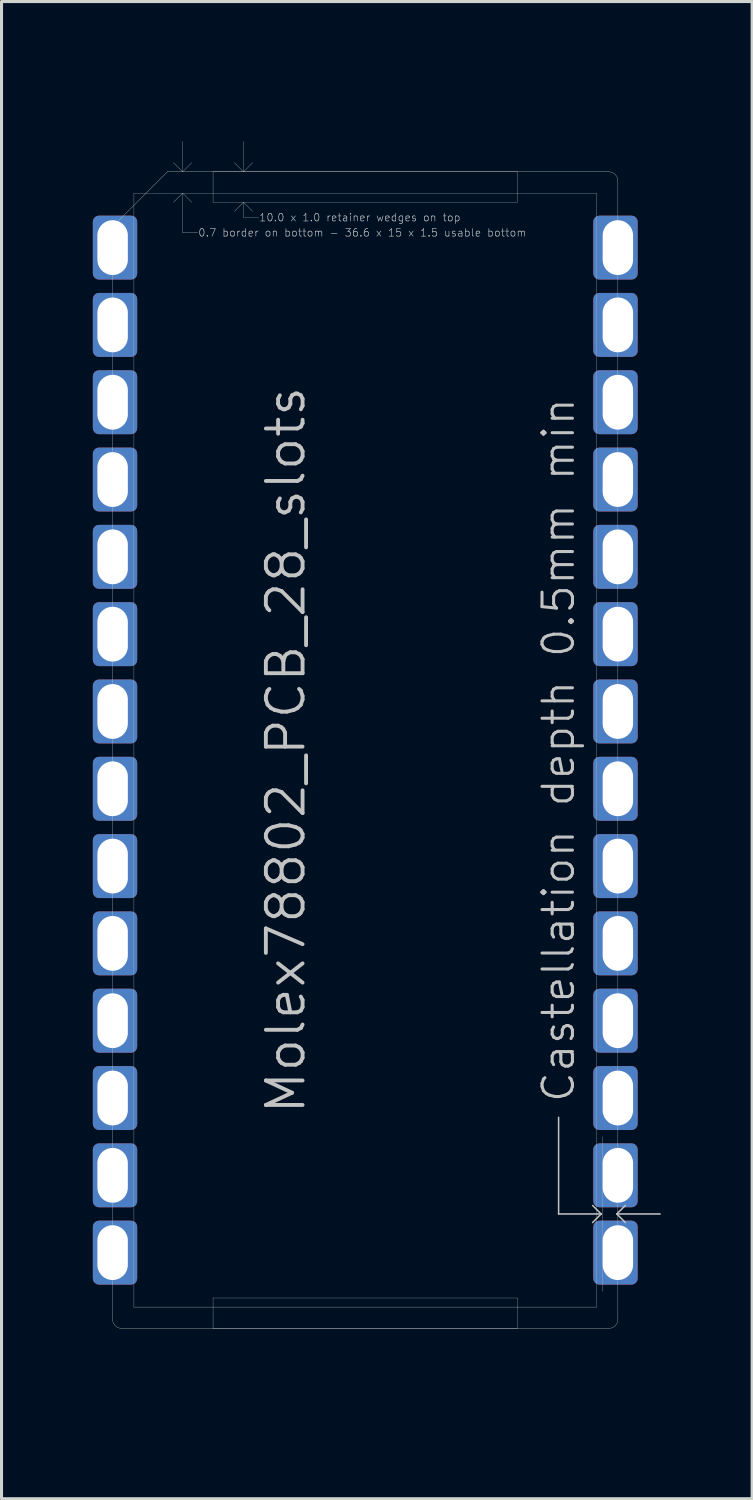
<source format=kicad_pcb>
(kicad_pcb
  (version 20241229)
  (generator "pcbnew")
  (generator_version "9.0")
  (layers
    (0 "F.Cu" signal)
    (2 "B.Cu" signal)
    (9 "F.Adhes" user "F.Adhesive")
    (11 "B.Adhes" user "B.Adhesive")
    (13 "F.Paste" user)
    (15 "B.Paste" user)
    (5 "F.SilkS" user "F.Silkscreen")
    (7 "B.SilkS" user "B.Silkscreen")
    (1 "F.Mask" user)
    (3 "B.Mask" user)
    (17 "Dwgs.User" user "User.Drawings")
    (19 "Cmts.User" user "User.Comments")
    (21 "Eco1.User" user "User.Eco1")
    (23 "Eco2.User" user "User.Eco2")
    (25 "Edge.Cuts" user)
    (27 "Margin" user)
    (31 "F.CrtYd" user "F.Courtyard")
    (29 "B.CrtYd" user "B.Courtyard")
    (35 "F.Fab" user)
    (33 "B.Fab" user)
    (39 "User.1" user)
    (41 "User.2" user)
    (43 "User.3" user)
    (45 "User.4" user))
  (footprint "Molex78802_PCB_28_slots"
    (layer "F.Cu")
    (at 8.95 21.595)
    (property "Reference" "Molex78802_PCB_28_slots" (at -1.905 0 270) (layer "Dwgs.User") (effects (font (size 1.206 1.206) (thickness 0.127)) (justify bottom)))
    (attr exclude_from_pos_files exclude_from_bom)
    (fp_line (start -8.3 -16.91) (end -8.3 -16.11) (stroke (width 1.2) (type solid)) (layer "F.Mask"))
    (fp_line (start -8.3 -14.37) (end -8.3 -13.57) (stroke (width 1.2) (type solid)) (layer "F.Mask"))
    (fp_line (start -8.3 -11.83) (end -8.3 -11.03) (stroke (width 1.2) (type solid)) (layer "F.Mask"))
    (fp_line (start -8.3 -9.29) (end -8.3 -8.49) (stroke (width 1.2) (type solid)) (layer "F.Mask"))
    (fp_line (start -8.3 -6.75) (end -8.3 -5.95) (stroke (width 1.2) (type solid)) (layer "F.Mask"))
    (fp_line (start -8.3 -4.21) (end -8.3 -3.41) (stroke (width 1.2) (type solid)) (layer "F.Mask"))
    (fp_line (start -8.3 -1.67) (end -8.3 -0.87) (stroke (width 1.2) (type solid)) (layer "F.Mask"))
    (fp_line (start -8.3 0.87) (end -8.3 1.67) (stroke (width 1.2) (type solid)) (layer "F.Mask"))
    (fp_line (start -8.3 3.41) (end -8.3 4.21) (stroke (width 1.2) (type solid)) (layer "F.Mask"))
    (fp_line (start -8.3 5.95) (end -8.3 6.75) (stroke (width 1.2) (type solid)) (layer "F.Mask"))
    (fp_line (start -8.3 8.49) (end -8.3 9.29) (stroke (width 1.2) (type solid)) (layer "F.Mask"))
    (fp_line (start -8.3 11.03) (end -8.3 11.83) (stroke (width 1.2) (type solid)) (layer "F.Mask"))
    (fp_line (start -8.3 13.57) (end -8.3 14.37) (stroke (width 1.2) (type solid)) (layer "F.Mask"))
    (fp_line (start -8.3 16.11) (end -8.3 16.91) (stroke (width 1.2) (type solid)) (layer "F.Mask"))
    (fp_line (start 8.3 -16.91) (end 8.3 -16.11) (stroke (width 1.2) (type solid)) (layer "F.Mask"))
    (fp_line (start 8.3 -14.37) (end 8.3 -13.57) (stroke (width 1.2) (type solid)) (layer "F.Mask"))
    (fp_line (start 8.3 -11.83) (end 8.3 -11.03) (stroke (width 1.2) (type solid)) (layer "F.Mask"))
    (fp_line (start 8.3 -9.29) (end 8.3 -8.49) (stroke (width 1.2) (type solid)) (layer "F.Mask"))
    (fp_line (start 8.3 -6.75) (end 8.3 -5.95) (stroke (width 1.2) (type solid)) (layer "F.Mask"))
    (fp_line (start 8.3 -4.21) (end 8.3 -3.41) (stroke (width 1.2) (type solid)) (layer "F.Mask"))
    (fp_line (start 8.3 -1.67) (end 8.3 -0.87) (stroke (width 1.2) (type solid)) (layer "F.Mask"))
    (fp_line (start 8.3 0.87) (end 8.3 1.67) (stroke (width 1.2) (type solid)) (layer "F.Mask"))
    (fp_line (start 8.3 3.41) (end 8.3 4.21) (stroke (width 1.2) (type solid)) (layer "F.Mask"))
    (fp_line (start 8.3 5.95) (end 8.3 6.75) (stroke (width 1.2) (type solid)) (layer "F.Mask"))
    (fp_line (start 8.3 8.49) (end 8.3 9.29) (stroke (width 1.2) (type solid)) (layer "F.Mask"))
    (fp_line (start 8.3 11.03) (end 8.3 11.83) (stroke (width 1.2) (type solid)) (layer "F.Mask"))
    (fp_line (start 8.3 13.57) (end 8.3 14.37) (stroke (width 1.2) (type solid)) (layer "F.Mask"))
    (fp_line (start 8.3 16.11) (end 8.3 16.91) (stroke (width 1.2) (type solid)) (layer "F.Mask"))
    (fp_line (start -8.3 -16.91) (end -8.3 -16.11) (stroke (width 1.2) (type solid)) (layer "B.Mask"))
    (fp_line (start -8.3 -14.37) (end -8.3 -13.57) (stroke (width 1.2) (type solid)) (layer "B.Mask"))
    (fp_line (start -8.3 -11.83) (end -8.3 -11.03) (stroke (width 1.2) (type solid)) (layer "B.Mask"))
    (fp_line (start -8.3 -9.29) (end -8.3 -8.49) (stroke (width 1.2) (type solid)) (layer "B.Mask"))
    (fp_line (start -8.3 -6.75) (end -8.3 -5.95) (stroke (width 1.2) (type solid)) (layer "B.Mask"))
    (fp_line (start -8.3 -4.21) (end -8.3 -3.41) (stroke (width 1.2) (type solid)) (layer "B.Mask"))
    (fp_line (start -8.3 -1.67) (end -8.3 -0.87) (stroke (width 1.2) (type solid)) (layer "B.Mask"))
    (fp_line (start -8.3 0.87) (end -8.3 1.67) (stroke (width 1.2) (type solid)) (layer "B.Mask"))
    (fp_line (start -8.3 3.41) (end -8.3 4.21) (stroke (width 1.2) (type solid)) (layer "B.Mask"))
    (fp_line (start -8.3 5.95) (end -8.3 6.75) (stroke (width 1.2) (type solid)) (layer "B.Mask"))
    (fp_line (start -8.3 8.49) (end -8.3 9.29) (stroke (width 1.2) (type solid)) (layer "B.Mask"))
    (fp_line (start -8.3 11.03) (end -8.3 11.83) (stroke (width 1.2) (type solid)) (layer "B.Mask"))
    (fp_line (start -8.3 13.57) (end -8.3 14.37) (stroke (width 1.2) (type solid)) (layer "B.Mask"))
    (fp_line (start -8.3 16.11) (end -8.3 16.91) (stroke (width 1.2) (type solid)) (layer "B.Mask"))
    (fp_line (start 8.3 -16.91) (end 8.3 -16.11) (stroke (width 1.2) (type solid)) (layer "B.Mask"))
    (fp_line (start 8.3 -14.37) (end 8.3 -13.57) (stroke (width 1.2) (type solid)) (layer "B.Mask"))
    (fp_line (start 8.3 -11.83) (end 8.3 -11.03) (stroke (width 1.2) (type solid)) (layer "B.Mask"))
    (fp_line (start 8.3 -9.29) (end 8.3 -8.49) (stroke (width 1.2) (type solid)) (layer "B.Mask"))
    (fp_line (start 8.3 -6.75) (end 8.3 -5.95) (stroke (width 1.2) (type solid)) (layer "B.Mask"))
    (fp_line (start 8.3 -4.21) (end 8.3 -3.41) (stroke (width 1.2) (type solid)) (layer "B.Mask"))
    (fp_line (start 8.3 -1.67) (end 8.3 -0.87) (stroke (width 1.2) (type solid)) (layer "B.Mask"))
    (fp_line (start 8.3 0.87) (end 8.3 1.67) (stroke (width 1.2) (type solid)) (layer "B.Mask"))
    (fp_line (start 8.3 3.41) (end 8.3 4.21) (stroke (width 1.2) (type solid)) (layer "B.Mask"))
    (fp_line (start 8.3 5.95) (end 8.3 6.75) (stroke (width 1.2) (type solid)) (layer "B.Mask"))
    (fp_line (start 8.3 8.49) (end 8.3 9.29) (stroke (width 1.2) (type solid)) (layer "B.Mask"))
    (fp_line (start 8.3 11.03) (end 8.3 11.83) (stroke (width 1.2) (type solid)) (layer "B.Mask"))
    (fp_line (start 8.3 13.57) (end 8.3 14.37) (stroke (width 1.2) (type solid)) (layer "B.Mask"))
    (fp_line (start 8.3 16.11) (end 8.3 16.91) (stroke (width 1.2) (type solid)) (layer "B.Mask"))
    (fp_line (start -7.6 -18.3) (end -7.6 18.3) (stroke (width 0.01) (type solid)) (layer "Dwgs.User"))
    (fp_line (start -7.6 -18.3) (end 7.6 -18.3) (stroke (width 0.01) (type solid)) (layer "Dwgs.User"))
    (fp_line (start -7.6 18.3) (end 7.6 18.3) (stroke (width 0.01) (type solid)) (layer "Dwgs.User"))
    (fp_line (start -6 -19) (end -6.3 -19.3) (stroke (width 0.01) (type solid)) (layer "Dwgs.User"))
    (fp_line (start -6 -19) (end -6 -20) (stroke (width 0.01) (type solid)) (layer "Dwgs.User"))
    (fp_line (start -6 -19) (end -5.7 -19.3) (stroke (width 0.01) (type solid)) (layer "Dwgs.User"))
    (fp_line (start -6 -18.3) (end -6.3 -18) (stroke (width 0.01) (type solid)) (layer "Dwgs.User"))
    (fp_line (start -6 -18.3) (end -6 -17) (stroke (width 0.01) (type solid)) (layer "Dwgs.User"))
    (fp_line (start -6 -18.3) (end -5.7 -18) (stroke (width 0.01) (type solid)) (layer "Dwgs.User"))
    (fp_line (start -6 -17) (end -5.5 -17) (stroke (width 0.01) (type solid)) (layer "Dwgs.User"))
    (fp_line (start -5 -19) (end -5 -18) (stroke (width 0.01) (type solid)) (layer "Dwgs.User"))
    (fp_line (start -5 -18) (end 5 -18) (stroke (width 0.01) (type solid)) (layer "Dwgs.User"))
    (fp_line (start -5 18) (end -5 19) (stroke (width 0.01) (type solid)) (layer "Dwgs.User"))
    (fp_line (start -5 18) (end 5 18) (stroke (width 0.01) (type solid)) (layer "Dwgs.User"))
    (fp_line (start -5 19) (end 5 19) (stroke (width 0.01) (type solid)) (layer "Dwgs.User"))
    (fp_line (start -4 -19) (end -4.3 -19.3) (stroke (width 0.01) (type solid)) (layer "Dwgs.User"))
    (fp_line (start -4 -19) (end -4 -20) (stroke (width 0.01) (type solid)) (layer "Dwgs.User"))
    (fp_line (start -4 -19) (end -3.7 -19.3) (stroke (width 0.01) (type solid)) (layer "Dwgs.User"))
    (fp_line (start -4 -18) (end -4.3 -17.7) (stroke (width 0.01) (type solid)) (layer "Dwgs.User"))
    (fp_line (start -4 -18) (end -4 -17.5) (stroke (width 0.01) (type solid)) (layer "Dwgs.User"))
    (fp_line (start -4 -18) (end -3.7 -17.7) (stroke (width 0.01) (type solid)) (layer "Dwgs.User"))
    (fp_line (start -4 -17.5) (end -3.5 -17.5) (stroke (width 0.01) (type solid)) (layer "Dwgs.User"))
    (fp_line (start 5 -19) (end -5 -19) (stroke (width 0.01) (type solid)) (layer "Dwgs.User"))
    (fp_line (start 5 -18) (end 5 -19) (stroke (width 0.01) (type solid)) (layer "Dwgs.User"))
    (fp_line (start 5 19) (end 5 18) (stroke (width 0.01) (type solid)) (layer "Dwgs.User"))
    (fp_line (start 6.353 12.065) (end 6.353 15.24) (stroke (width 0.05) (type solid)) (layer "Dwgs.User"))
    (fp_line (start 6.353 15.24) (end 7.75 15.24) (stroke (width 0.05) (type solid)) (layer "Dwgs.User"))
    (fp_line (start 7.47 14.96) (end 7.75 15.24) (stroke (width 0.05) (type solid)) (layer "Dwgs.User"))
    (fp_line (start 7.6 -18.3) (end 7.6 18.3) (stroke (width 0.01) (type solid)) (layer "Dwgs.User"))
    (fp_line (start 7.75 15.24) (end 7.47 15.52) (stroke (width 0.05) (type solid)) (layer "Dwgs.User"))
    (fp_line (start 7.8 17.78) (end 7.8 12.7) (stroke (width 0.01) (type solid)) (layer "Dwgs.User"))
    (fp_line (start 8.265 15.24) (end 8.545 15.52) (stroke (width 0.05) (type solid)) (layer "Dwgs.User"))
    (fp_line (start 8.29 15.24) (end 9.687 15.24) (stroke (width 0.05) (type solid)) (layer "Dwgs.User"))
    (fp_line (start 8.545 14.96) (end 8.265 15.24) (stroke (width 0.05) (type solid)) (layer "Dwgs.User"))
    (fp_line (start -8.26 -19.05) (end -0.762 -19.05) (stroke (width 0.01) (type solid)) (layer "Eco1.User"))
    (fp_line (start -8.26 19.05) (end -8.26 -19.05) (stroke (width 0.01) (type solid)) (layer "Eco1.User"))
    (fp_line (start -8.26 19.05) (end -4.559 19.05) (stroke (width 0.01) (type solid)) (layer "Eco1.User"))
    (fp_line (start -4.559 19.05) (end -4.559 21.59) (stroke (width 0.01) (type solid)) (layer "Eco1.User"))
    (fp_line (start -4.559 21.59) (end -3.035 21.59) (stroke (width 0.01) (type solid)) (layer "Eco1.User"))
    (fp_line (start -3.035 21.59) (end -3.035 19.05) (stroke (width 0.01) (type solid)) (layer "Eco1.User"))
    (fp_line (start -0.762 -21.59) (end 0.762 -21.59) (stroke (width 0.01) (type solid)) (layer "Eco1.User"))
    (fp_line (start -0.762 -19.05) (end -0.762 -21.59) (stroke (width 0.01) (type solid)) (layer "Eco1.User"))
    (fp_line (start 0.762 -21.59) (end 0.762 -19.05) (stroke (width 0.01) (type solid)) (layer "Eco1.User"))
    (fp_line (start 0.762 -19.05) (end 8.26 -19.05) (stroke (width 0.01) (type solid)) (layer "Eco1.User"))
    (fp_line (start 3.035 19.05) (end -3.035 19.05) (stroke (width 0.01) (type solid)) (layer "Eco1.User"))
    (fp_line (start 3.035 21.59) (end 3.035 19.05) (stroke (width 0.01) (type solid)) (layer "Eco1.User"))
    (fp_line (start 4.559 19.05) (end 4.559 21.59) (stroke (width 0.01) (type solid)) (layer "Eco1.User"))
    (fp_line (start 4.559 19.05) (end 8.26 19.05) (stroke (width 0.01) (type solid)) (layer "Eco1.User"))
    (fp_line (start 4.559 21.59) (end 3.035 21.59) (stroke (width 0.01) (type solid)) (layer "Eco1.User"))
    (fp_line (start 8.26 19.05) (end 8.26 -19.05) (stroke (width 0.01) (type solid)) (layer "Eco1.User"))
    (fp_line (start -8.3 -17.2) (end -8.3 18.7) (stroke (width 0.01) (type solid)) (layer "Edge.Cuts"))
    (fp_line (start -8 19) (end 8 19) (stroke (width 0.01) (type solid)) (layer "Edge.Cuts"))
    (fp_line (start -6.5 -19) (end -8.3 -17.2) (stroke (width 0.01) (type solid)) (layer "Edge.Cuts"))
    (fp_line (start 8 -19) (end -6.5 -19) (stroke (width 0.01) (type solid)) (layer "Edge.Cuts"))
    (fp_line (start 8.3 18.7) (end 8.3 -18.7) (stroke (width 0.01) (type solid)) (layer "Edge.Cuts"))
    (fp_arc (start -8 19) (mid -8.212132 18.912132) (end -8.3 18.7) (stroke (width 0.01) (type solid)) (layer "Edge.Cuts"))
    (fp_arc (start 8 -19) (mid 8.212132 -18.912132) (end 8.3 -18.7) (stroke (width 0.01) (type solid)) (layer "Edge.Cuts"))
    (fp_arc (start 8.3 18.7) (mid 8.212132 18.912132) (end 8 19) (stroke (width 0.01) (type solid)) (layer "Edge.Cuts"))
    (fp_text user "0.7 border on bottom - 36.6 x 15 x 1.5 usable bottom" (at -5.5 -17 0) (layer "Dwgs.User") (effects (font (size 0.25 0.25) (thickness 0.02)) (justify left)))
    (fp_text user "10.0 x 1.0 retainer wedges on top" (at -3.5 -17.5 0) (layer "Dwgs.User") (effects (font (size 0.25 0.25) (thickness 0.02)) (justify left)))
    (fp_text user "Castellation depth 0.5mm min" (at 6.35 0 270) (layer "Dwgs.User") (effects (font (size 1 1) (thickness 0.1))))
    (fp_text user "Eco1.User alternate Edge.Cuts for use without carrier." (at -4.445 0 270) (layer "Eco1.User") (effects (font (size 0.8 0.8) (thickness 0.05))))
    (pad "1" thru_hole roundrect (at -8.3 -16.51) (size 1.457 2.1) (drill oval 1 1.8 (offset 0.079 0)) (property pad_prop_castellated) (layers "*.Cu") (roundrect_rratio 0.137))
    (pad "2" thru_hole roundrect (at -8.3 -13.97) (size 1.457 2.1) (drill oval 1 1.8 (offset 0.079 0)) (property pad_prop_castellated) (layers "*.Cu") (roundrect_rratio 0.137))
    (pad "3" thru_hole roundrect (at -8.3 -11.43) (size 1.457 2.1) (drill oval 1 1.8 (offset 0.079 0)) (property pad_prop_castellated) (layers "*.Cu") (roundrect_rratio 0.137))
    (pad "4" thru_hole roundrect (at -8.3 -8.89) (size 1.457 2.1) (drill oval 1 1.8 (offset 0.079 0)) (property pad_prop_castellated) (layers "*.Cu") (roundrect_rratio 0.137))
    (pad "5" thru_hole roundrect (at -8.3 -6.35) (size 1.457 2.1) (drill oval 1 1.8 (offset 0.079 0)) (property pad_prop_castellated) (layers "*.Cu") (roundrect_rratio 0.137))
    (pad "6" thru_hole roundrect (at -8.3 -3.81) (size 1.457 2.1) (drill oval 1 1.8 (offset 0.079 0)) (property pad_prop_castellated) (layers "*.Cu") (roundrect_rratio 0.137))
    (pad "7" thru_hole roundrect (at -8.3 -1.27) (size 1.457 2.1) (drill oval 1 1.8 (offset 0.079 0)) (property pad_prop_castellated) (layers "*.Cu") (roundrect_rratio 0.137))
    (pad "8" thru_hole roundrect (at -8.3 1.27) (size 1.457 2.1) (drill oval 1 1.8 (offset 0.079 0)) (property pad_prop_castellated) (layers "*.Cu") (roundrect_rratio 0.137))
    (pad "9" thru_hole roundrect (at -8.3 3.81) (size 1.457 2.1) (drill oval 1 1.8 (offset 0.079 0)) (property pad_prop_castellated) (layers "*.Cu") (roundrect_rratio 0.137))
    (pad "10" thru_hole roundrect (at -8.3 6.35) (size 1.457 2.1) (drill oval 1 1.8 (offset 0.079 0)) (property pad_prop_castellated) (layers "*.Cu") (roundrect_rratio 0.137))
    (pad "11" thru_hole roundrect (at -8.3 8.89) (size 1.457 2.1) (drill oval 1 1.8 (offset 0.079 0)) (property pad_prop_castellated) (layers "*.Cu") (roundrect_rratio 0.137))
    (pad "12" thru_hole roundrect (at -8.3 11.43) (size 1.457 2.1) (drill oval 1 1.8 (offset 0.079 0)) (property pad_prop_castellated) (layers "*.Cu") (roundrect_rratio 0.137))
    (pad "13" thru_hole roundrect (at -8.3 13.97) (size 1.457 2.1) (drill oval 1 1.8 (offset 0.079 0)) (property pad_prop_castellated) (layers "*.Cu") (roundrect_rratio 0.137))
    (pad "14" thru_hole roundrect (at -8.3 16.51) (size 1.457 2.1) (drill oval 1 1.8 (offset 0.079 0)) (property pad_prop_castellated) (layers "*.Cu") (roundrect_rratio 0.137))
    (pad "15" thru_hole roundrect (at 8.3 16.51) (size 1.457 2.1) (drill oval 1 1.8 (offset -0.079 0)) (property pad_prop_castellated) (layers "*.Cu") (roundrect_rratio 0.137))
    (pad "16" thru_hole roundrect (at 8.3 13.97) (size 1.457 2.1) (drill oval 1 1.8 (offset -0.079 0)) (property pad_prop_castellated) (layers "*.Cu") (roundrect_rratio 0.137))
    (pad "17" thru_hole roundrect (at 8.3 11.43) (size 1.457 2.1) (drill oval 1 1.8 (offset -0.079 0)) (property pad_prop_castellated) (layers "*.Cu") (roundrect_rratio 0.137))
    (pad "18" thru_hole roundrect (at 8.3 8.89) (size 1.457 2.1) (drill oval 1 1.8 (offset -0.079 0)) (property pad_prop_castellated) (layers "*.Cu") (roundrect_rratio 0.137))
    (pad "19" thru_hole roundrect (at 8.3 6.35) (size 1.457 2.1) (drill oval 1 1.8 (offset -0.079 0)) (property pad_prop_castellated) (layers "*.Cu") (roundrect_rratio 0.137))
    (pad "20" thru_hole roundrect (at 8.3 3.81) (size 1.457 2.1) (drill oval 1 1.8 (offset -0.079 0)) (property pad_prop_castellated) (layers "*.Cu") (roundrect_rratio 0.137))
    (pad "21" thru_hole roundrect (at 8.3 1.27) (size 1.457 2.1) (drill oval 1 1.8 (offset -0.079 0)) (property pad_prop_castellated) (layers "*.Cu") (roundrect_rratio 0.137))
    (pad "22" thru_hole roundrect (at 8.3 -1.27) (size 1.457 2.1) (drill oval 1 1.8 (offset -0.079 0)) (property pad_prop_castellated) (layers "*.Cu") (roundrect_rratio 0.137))
    (pad "23" thru_hole roundrect (at 8.3 -3.81) (size 1.457 2.1) (drill oval 1 1.8 (offset -0.079 0)) (property pad_prop_castellated) (layers "*.Cu") (roundrect_rratio 0.137))
    (pad "24" thru_hole roundrect (at 8.3 -6.35) (size 1.457 2.1) (drill oval 1 1.8 (offset -0.079 0)) (property pad_prop_castellated) (layers "*.Cu") (roundrect_rratio 0.137))
    (pad "25" thru_hole roundrect (at 8.3 -8.89) (size 1.457 2.1) (drill oval 1 1.8 (offset -0.079 0)) (property pad_prop_castellated) (layers "*.Cu") (roundrect_rratio 0.137))
    (pad "26" thru_hole roundrect (at 8.3 -11.43) (size 1.457 2.1) (drill oval 1 1.8 (offset -0.079 0)) (property pad_prop_castellated) (layers "*.Cu") (roundrect_rratio 0.137))
    (pad "27" thru_hole roundrect (at 8.3 -13.97) (size 1.457 2.1) (drill oval 1 1.8 (offset -0.079 0)) (property pad_prop_castellated) (layers "*.Cu") (roundrect_rratio 0.137))
    (pad "28" thru_hole roundrect (at 8.3 -16.51) (size 1.457 2.1) (drill oval 1 1.8 (offset -0.079 0)) (property pad_prop_castellated) (layers "*.Cu") (roundrect_rratio 0.137)))
  (gr_rect
    (start -3 -3)
    (end 21.662 46.19)
    (stroke (width 0.1) (type default))
    (fill no)
    (layer "Edge.Cuts")))
</source>
